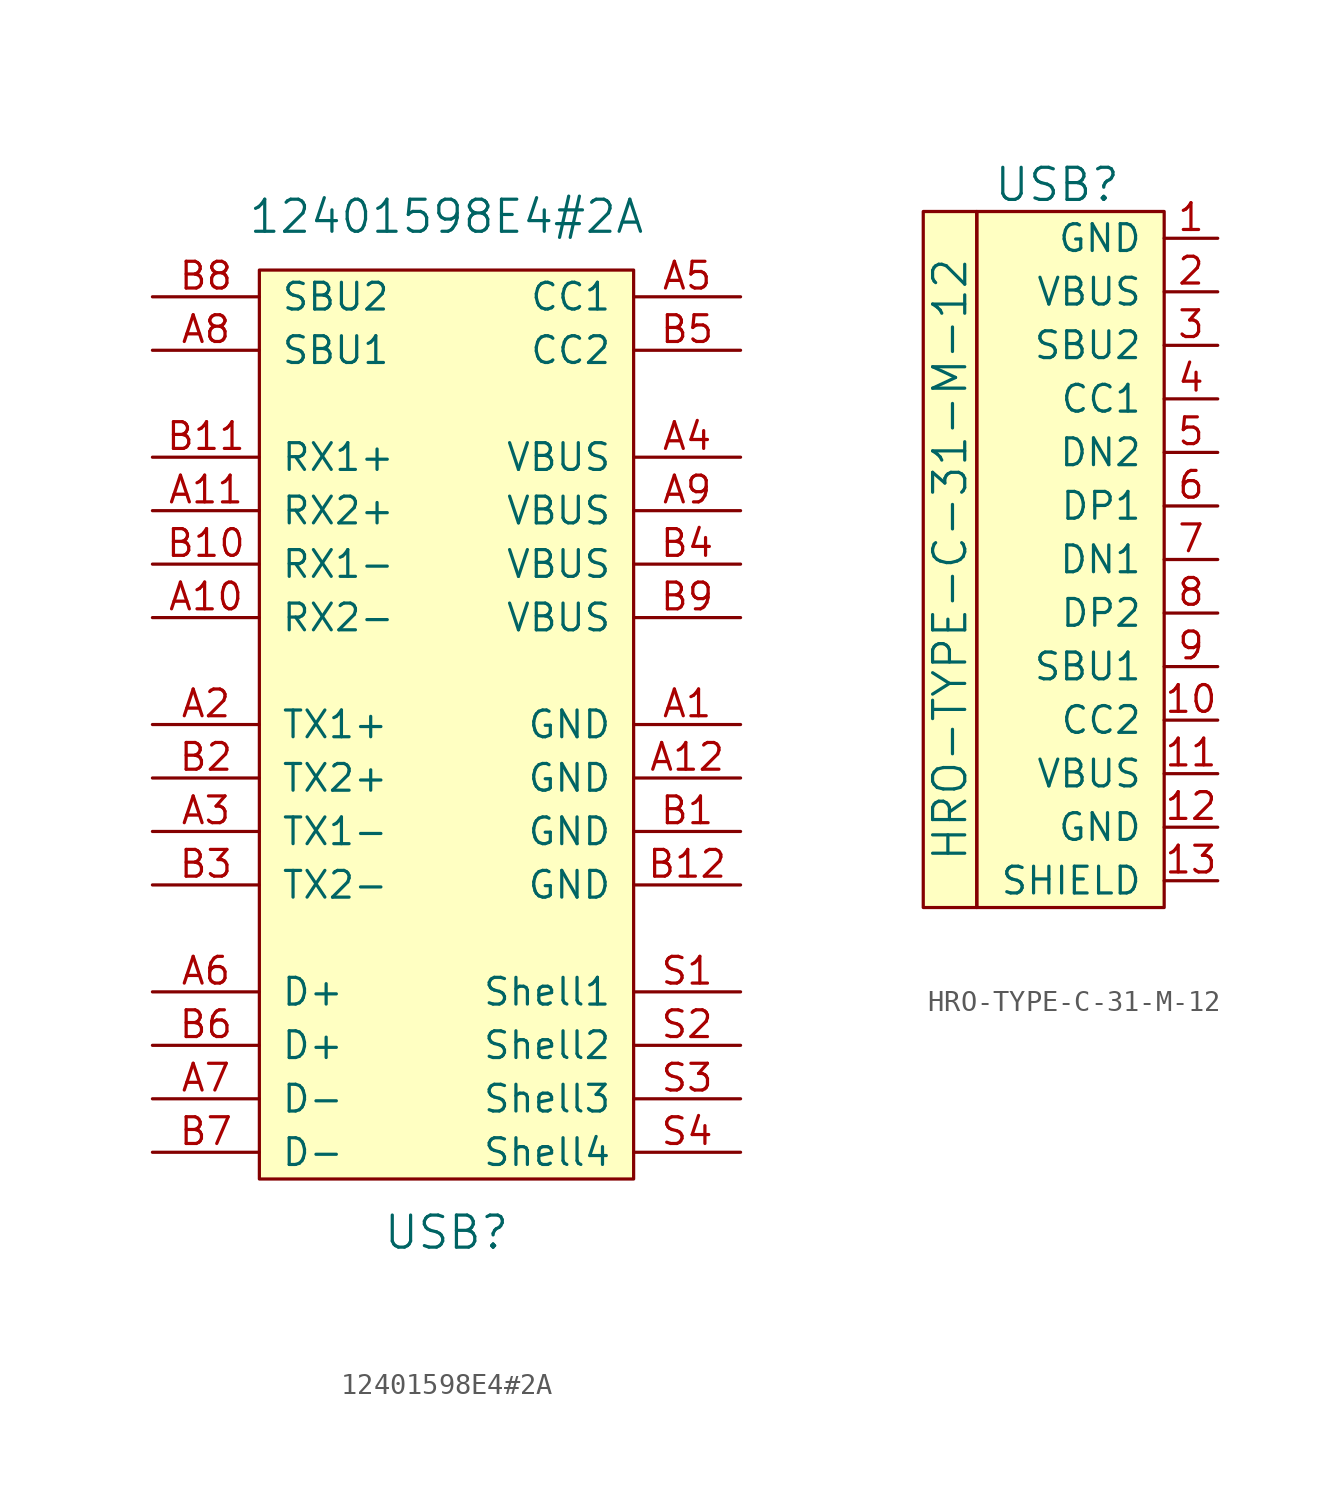
<source format=kicad_sym>
(kicad_symbol_lib
  (version 20220914)
  (generator kicad_symbol_editor)
  (symbol "12401598E4#2A"
    (pin_names
      (offset 1.016))
    (property "Reference" "USB"
      (at 0 -22.86 0)
      (effects (font (size 1.524 1.524))))
    (property "Value" "12401598E4#2A"
      (at 0 25.4 0)
      (effects (font (size 1.524 1.524))))
    (symbol "12401598E4#2A_1_1"
      (rectangle (start -8.89 22.86) (end 8.89 -20.32) (stroke (width 0) (type solid)) (fill (type background)))
      (pin input line (at 13.97 1.27 180) (length 5.08) (name "GND" (effects (font (size 1.27 1.27)))) (number "A1" (effects (font (size 1.27 1.27)))))
      (pin input line (at -13.97 6.35 0) (length 5.08) (name "RX2-" (effects (font (size 1.27 1.27)))) (number "A10" (effects (font (size 1.27 1.27)))))
      (pin input line (at -13.97 11.43 0) (length 5.08) (name "RX2+" (effects (font (size 1.27 1.27)))) (number "A11" (effects (font (size 1.27 1.27)))))
      (pin input line (at 13.97 -1.27 180) (length 5.08) (name "GND" (effects (font (size 1.27 1.27)))) (number "A12" (effects (font (size 1.27 1.27)))))
      (pin input line (at -13.97 1.27 0) (length 5.08) (name "TX1+" (effects (font (size 1.27 1.27)))) (number "A2" (effects (font (size 1.27 1.27)))))
      (pin input line (at -13.97 -3.81 0) (length 5.08) (name "TX1-" (effects (font (size 1.27 1.27)))) (number "A3" (effects (font (size 1.27 1.27)))))
      (pin input line (at 13.97 13.97 180) (length 5.08) (name "VBUS" (effects (font (size 1.27 1.27)))) (number "A4" (effects (font (size 1.27 1.27)))))
      (pin input line (at 13.97 21.59 180) (length 5.08) (name "CC1" (effects (font (size 1.27 1.27)))) (number "A5" (effects (font (size 1.27 1.27)))))
      (pin input line (at -13.97 -11.43 0) (length 5.08) (name "D+" (effects (font (size 1.27 1.27)))) (number "A6" (effects (font (size 1.27 1.27)))))
      (pin input line (at -13.97 -16.51 0) (length 5.08) (name "D-" (effects (font (size 1.27 1.27)))) (number "A7" (effects (font (size 1.27 1.27)))))
      (pin input line (at -13.97 19.05 0) (length 5.08) (name "SBU1" (effects (font (size 1.27 1.27)))) (number "A8" (effects (font (size 1.27 1.27)))))
      (pin input line (at 13.97 11.43 180) (length 5.08) (name "VBUS" (effects (font (size 1.27 1.27)))) (number "A9" (effects (font (size 1.27 1.27)))))
      (pin input line (at 13.97 -3.81 180) (length 5.08) (name "GND" (effects (font (size 1.27 1.27)))) (number "B1" (effects (font (size 1.27 1.27)))))
      (pin input line (at -13.97 8.89 0) (length 5.08) (name "RX1-" (effects (font (size 1.27 1.27)))) (number "B10" (effects (font (size 1.27 1.27)))))
      (pin input line (at -13.97 13.97 0) (length 5.08) (name "RX1+" (effects (font (size 1.27 1.27)))) (number "B11" (effects (font (size 1.27 1.27)))))
      (pin input line (at 13.97 -6.35 180) (length 5.08) (name "GND" (effects (font (size 1.27 1.27)))) (number "B12" (effects (font (size 1.27 1.27)))))
      (pin input line (at -13.97 -1.27 0) (length 5.08) (name "TX2+" (effects (font (size 1.27 1.27)))) (number "B2" (effects (font (size 1.27 1.27)))))
      (pin input line (at -13.97 -6.35 0) (length 5.08) (name "TX2-" (effects (font (size 1.27 1.27)))) (number "B3" (effects (font (size 1.27 1.27)))))
      (pin input line (at 13.97 8.89 180) (length 5.08) (name "VBUS" (effects (font (size 1.27 1.27)))) (number "B4" (effects (font (size 1.27 1.27)))))
      (pin input line (at 13.97 19.05 180) (length 5.08) (name "CC2" (effects (font (size 1.27 1.27)))) (number "B5" (effects (font (size 1.27 1.27)))))
      (pin input line (at -13.97 -13.97 0) (length 5.08) (name "D+" (effects (font (size 1.27 1.27)))) (number "B6" (effects (font (size 1.27 1.27)))))
      (pin input line (at -13.97 -19.05 0) (length 5.08) (name "D-" (effects (font (size 1.27 1.27)))) (number "B7" (effects (font (size 1.27 1.27)))))
      (pin input line (at -13.97 21.59 0) (length 5.08) (name "SBU2" (effects (font (size 1.27 1.27)))) (number "B8" (effects (font (size 1.27 1.27)))))
      (pin input line (at 13.97 6.35 180) (length 5.08) (name "VBUS" (effects (font (size 1.27 1.27)))) (number "B9" (effects (font (size 1.27 1.27)))))
      (pin input line (at 13.97 -11.43 180) (length 5.08) (name "Shell1" (effects (font (size 1.27 1.27)))) (number "S1" (effects (font (size 1.27 1.27)))))
      (pin input line (at 13.97 -13.97 180) (length 5.08) (name "Shell2" (effects (font (size 1.27 1.27)))) (number "S2" (effects (font (size 1.27 1.27)))))
      (pin input line (at 13.97 -16.51 180) (length 5.08) (name "Shell3" (effects (font (size 1.27 1.27)))) (number "S3" (effects (font (size 1.27 1.27)))))
      (pin input line (at 13.97 -19.05 180) (length 5.08) (name "Shell4" (effects (font (size 1.27 1.27)))) (number "S4" (effects (font (size 1.27 1.27)))))))
  (symbol "HRO-TYPE-C-31-M-12"
    (pin_names
      (offset 1.016))
    (property "Reference" "USB"
      (at -5.08 16.51 0)
      (effects (font (size 1.524 1.524))))
    (property "Value" "HRO-TYPE-C-31-M-12"
      (at -10.16 -1.27 90)
      (effects (font (size 1.524 1.524))))
    (symbol "HRO-TYPE-C-31-M-12_0_1"
      (rectangle (start -11.43 15.24) (end -8.89 -17.78) (stroke (width 0) (type solid)) (fill (type background)))
      (rectangle (start 0 -17.78) (end -8.89 15.24) (stroke (width 0) (type solid)) (fill (type background))))
    (symbol "HRO-TYPE-C-31-M-12_1_1"
      (pin input line (at 2.54 13.97 180) (length 2.54) (name "GND" (effects (font (size 1.27 1.27)))) (number "1" (effects (font (size 1.27 1.27)))))
      (pin input line (at 2.54 -8.89 180) (length 2.54) (name "CC2" (effects (font (size 1.27 1.27)))) (number "10" (effects (font (size 1.27 1.27)))))
      (pin input line (at 2.54 -11.43 180) (length 2.54) (name "VBUS" (effects (font (size 1.27 1.27)))) (number "11" (effects (font (size 1.27 1.27)))))
      (pin input line (at 2.54 -13.97 180) (length 2.54) (name "GND" (effects (font (size 1.27 1.27)))) (number "12" (effects (font (size 1.27 1.27)))))
      (pin input line (at 2.54 -16.51 180) (length 2.54) (name "SHIELD" (effects (font (size 1.27 1.27)))) (number "13" (effects (font (size 1.27 1.27)))))
      (pin input line (at 2.54 11.43 180) (length 2.54) (name "VBUS" (effects (font (size 1.27 1.27)))) (number "2" (effects (font (size 1.27 1.27)))))
      (pin input line (at 2.54 8.89 180) (length 2.54) (name "SBU2" (effects (font (size 1.27 1.27)))) (number "3" (effects (font (size 1.27 1.27)))))
      (pin input line (at 2.54 6.35 180) (length 2.54) (name "CC1" (effects (font (size 1.27 1.27)))) (number "4" (effects (font (size 1.27 1.27)))))
      (pin input line (at 2.54 3.81 180) (length 2.54) (name "DN2" (effects (font (size 1.27 1.27)))) (number "5" (effects (font (size 1.27 1.27)))))
      (pin input line (at 2.54 1.27 180) (length 2.54) (name "DP1" (effects (font (size 1.27 1.27)))) (number "6" (effects (font (size 1.27 1.27)))))
      (pin input line (at 2.54 -1.27 180) (length 2.54) (name "DN1" (effects (font (size 1.27 1.27)))) (number "7" (effects (font (size 1.27 1.27)))))
      (pin input line (at 2.54 -3.81 180) (length 2.54) (name "DP2" (effects (font (size 1.27 1.27)))) (number "8" (effects (font (size 1.27 1.27)))))
      (pin input line (at 2.54 -6.35 180) (length 2.54) (name "SBU1" (effects (font (size 1.27 1.27)))) (number "9" (effects (font (size 1.27 1.27))))))))
</source>
